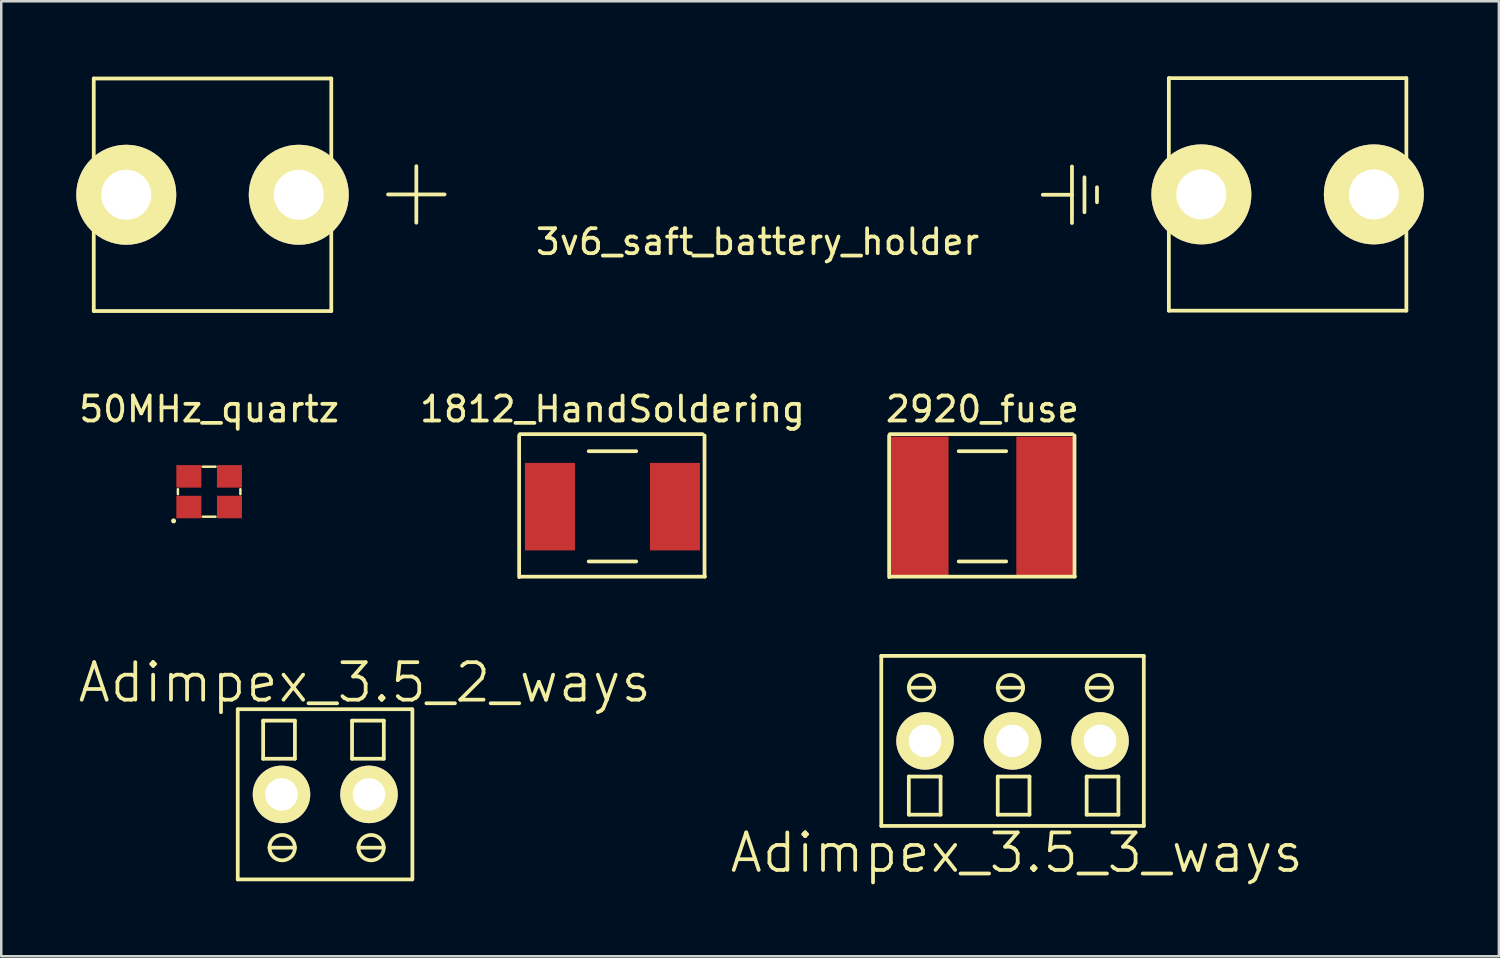
<source format=kicad_pcb>
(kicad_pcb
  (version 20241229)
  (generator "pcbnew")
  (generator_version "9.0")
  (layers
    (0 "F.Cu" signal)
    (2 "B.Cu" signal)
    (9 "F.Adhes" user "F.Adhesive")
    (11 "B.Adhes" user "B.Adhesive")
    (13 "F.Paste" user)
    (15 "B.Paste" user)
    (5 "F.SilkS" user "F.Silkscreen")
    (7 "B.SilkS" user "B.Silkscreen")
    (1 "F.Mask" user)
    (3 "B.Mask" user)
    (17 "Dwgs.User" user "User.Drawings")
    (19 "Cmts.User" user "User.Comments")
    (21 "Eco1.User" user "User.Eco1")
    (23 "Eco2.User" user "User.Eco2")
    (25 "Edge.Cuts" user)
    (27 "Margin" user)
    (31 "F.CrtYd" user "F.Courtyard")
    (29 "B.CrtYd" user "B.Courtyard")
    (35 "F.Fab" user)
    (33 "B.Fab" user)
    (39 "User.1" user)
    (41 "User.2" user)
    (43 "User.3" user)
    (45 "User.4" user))
  (footprint "1812_HandSoldering"
    (layer "F.Cu")
    (at 21.446 17.214)
    (property "Reference" "1812_HandSoldering" (at 0 -3.9 0) (layer "F.SilkS") (effects (font (size 1 1) (thickness 0.15))))
    (attr smd)
    (fp_line (start -3.732 -2.845) (end -3.732 2.819) (stroke (width 0.15) (type solid)) (layer "F.SilkS"))
    (fp_line (start -3.7 -2.9) (end 3.6 -2.9) (stroke (width 0.15) (type solid)) (layer "F.SilkS"))
    (fp_line (start -3.7 2.8) (end 3.7 2.8) (stroke (width 0.15) (type solid)) (layer "F.SilkS"))
    (fp_line (start -0.95 -2.218) (end 0.95 -2.218) (stroke (width 0.15) (type solid)) (layer "F.SilkS"))
    (fp_line (start 0.95 2.192) (end -0.95 2.192) (stroke (width 0.15) (type solid)) (layer "F.SilkS"))
    (fp_line (start 3.683 -2.845) (end 3.683 2.794) (stroke (width 0.15) (type solid)) (layer "F.SilkS"))
    (pad "1" smd rect (at -2.5 0) (size 2 3.5) (layers "F.Cu" "F.Mask" "F.Paste"))
    (pad "2" smd rect (at 2.5 0) (size 2 3.5) (layers "F.Cu" "F.Mask" "F.Paste")))
  (footprint "Adimpex_3.5_3_ways"
    (layer "F.Cu")
    (at 37.448 26.584)
    (property "Reference" "Adimpex_3.5_3_ways" (at 0.17 4.474 180) (layer "F.SilkS") (effects (font (size 1.5 1.5) (thickness 0.15))))
    (attr through_hole)
    (fp_line (start -5.25 -3.4) (end -5.25 3.4) (stroke (width 0.15) (type solid)) (layer "F.SilkS"))
    (fp_line (start -4.148 1.426) (end -4.148 2.95) (stroke (width 0.15) (type solid)) (layer "F.SilkS"))
    (fp_line (start -4.148 2.95) (end -2.878 2.95) (stroke (width 0.15) (type solid)) (layer "F.SilkS"))
    (fp_line (start -3.132 -2.13) (end -4.148 -2.13) (stroke (width 0.15) (type solid)) (layer "F.SilkS"))
    (fp_line (start -2.878 1.426) (end -4.148 1.426) (stroke (width 0.15) (type solid)) (layer "F.SilkS"))
    (fp_line (start -2.878 2.95) (end -2.878 1.426) (stroke (width 0.15) (type solid)) (layer "F.SilkS"))
    (fp_line (start -0.592 1.426) (end -0.592 2.95) (stroke (width 0.15) (type solid)) (layer "F.SilkS"))
    (fp_line (start -0.592 2.95) (end 0.678 2.95) (stroke (width 0.15) (type solid)) (layer "F.SilkS"))
    (fp_line (start 0.424 -2.13) (end -0.592 -2.13) (stroke (width 0.15) (type solid)) (layer "F.SilkS"))
    (fp_line (start 0.678 1.426) (end -0.592 1.426) (stroke (width 0.15) (type solid)) (layer "F.SilkS"))
    (fp_line (start 0.678 2.95) (end 0.678 1.426) (stroke (width 0.15) (type solid)) (layer "F.SilkS"))
    (fp_line (start 2.964 1.426) (end 2.964 2.95) (stroke (width 0.15) (type solid)) (layer "F.SilkS"))
    (fp_line (start 2.964 2.95) (end 4.234 2.95) (stroke (width 0.15) (type solid)) (layer "F.SilkS"))
    (fp_line (start 3.98 -2.13) (end 2.964 -2.13) (stroke (width 0.15) (type solid)) (layer "F.SilkS"))
    (fp_line (start 4.234 1.426) (end 2.964 1.426) (stroke (width 0.15) (type solid)) (layer "F.SilkS"))
    (fp_line (start 4.234 2.95) (end 4.234 1.426) (stroke (width 0.15) (type solid)) (layer "F.SilkS"))
    (fp_line (start 5.25 -3.4) (end -5.25 -3.4) (stroke (width 0.15) (type solid)) (layer "F.SilkS"))
    (fp_line (start 5.25 -3.4) (end 5.25 3.4) (stroke (width 0.15) (type solid)) (layer "F.SilkS"))
    (fp_line (start 5.25 3.4) (end -5.25 3.4) (stroke (width 0.15) (type solid)) (layer "F.SilkS"))
    (fp_circle (center -3.64 -2.13) (end -3.64 -1.622) (stroke (width 0.15) (type solid)) (fill no) (layer "F.SilkS"))
    (fp_circle (center -0.084 -2.13) (end -0.084 -1.622) (stroke (width 0.15) (type solid)) (fill no) (layer "F.SilkS"))
    (fp_circle (center 3.472 -2.13) (end 3.472 -1.622) (stroke (width 0.15) (type solid)) (fill no) (layer "F.SilkS"))
    (pad "1" thru_hole circle (at 3.5 0 180) (size 2.3 2.3) (drill 1.3) (layers "*.Cu" "*.Mask" "F.SilkS"))
    (pad "2" thru_hole circle (at 0 0 180) (size 2.3 2.3) (drill 1.3) (layers "*.Cu" "*.Mask" "F.SilkS"))
    (pad "3" thru_hole circle (at -3.5 0 180) (size 2.3 2.3) (drill 1.3) (layers "*.Cu" "*.Mask" "F.SilkS")))
  (footprint "2920_fuse"
    (layer "F.Cu")
    (at 36.244 17.214)
    (property "Reference" "2920_fuse" (at 0 -3.9 0) (layer "F.SilkS") (effects (font (size 1 1) (thickness 0.15))))
    (attr smd)
    (fp_line (start -3.732 -2.845) (end -3.732 2.819) (stroke (width 0.15) (type solid)) (layer "F.SilkS"))
    (fp_line (start -3.7 -2.9) (end 3.6 -2.9) (stroke (width 0.15) (type solid)) (layer "F.SilkS"))
    (fp_line (start -3.7 2.8) (end 3.7 2.8) (stroke (width 0.15) (type solid)) (layer "F.SilkS"))
    (fp_line (start -0.95 -2.218) (end 0.95 -2.218) (stroke (width 0.15) (type solid)) (layer "F.SilkS"))
    (fp_line (start 0.95 2.192) (end -0.95 2.192) (stroke (width 0.15) (type solid)) (layer "F.SilkS"))
    (fp_line (start 3.683 -2.845) (end 3.683 2.794) (stroke (width 0.15) (type solid)) (layer "F.SilkS"))
    (pad "1" smd rect (at -2.505 0) (size 2.3 5.6) (layers "F.Cu" "F.Mask" "F.Paste"))
    (pad "2" smd rect (at 2.505 0) (size 2.3 5.6) (layers "F.Cu" "F.Mask" "F.Paste")))
  (footprint "50MHz_quartz"
    (layer "F.Cu")
    (at 5.315 16.616)
    (property "Reference" "50MHz_quartz" (at 0 -3.302 0) (layer "F.SilkS") (effects (font (size 1 1) (thickness 0.15))))
    (attr through_hole)
    (fp_line (start -1.25 -0.1) (end -1.25 0.1) (stroke (width 0.1) (type solid)) (layer "F.SilkS"))
    (fp_line (start -0.254 -1) (end 0.254 -1) (stroke (width 0.1) (type solid)) (layer "F.SilkS"))
    (fp_line (start -0.254 1) (end 0.254 1) (stroke (width 0.1) (type solid)) (layer "F.SilkS"))
    (fp_line (start 1.25 -0.1) (end 1.25 0.1) (stroke (width 0.1) (type solid)) (layer "F.SilkS"))
    (fp_circle (center -1.422 1.168) (end -1.372 1.168) (stroke (width 0.1) (type solid)) (fill no) (layer "F.SilkS"))
    (pad "1" smd rect (at -0.812 0.613) (size 1 0.9) (layers "F.Cu" "F.Mask" "F.Paste"))
    (pad "2" smd rect (at 0.812 0.613) (size 1 0.9) (layers "F.Cu" "F.Mask" "F.Paste"))
    (pad "3" smd rect (at 0.812 -0.613) (size 1 0.9) (layers "F.Cu" "F.Mask" "F.Paste"))
    (pad "4" smd rect (at -0.812 -0.613) (size 1 0.9) (layers "F.Cu" "F.Mask" "F.Paste")))
  (footprint "Adimpex_3.5_2_ways"
    (layer "F.Cu")
    (at 9.959 28.723)
    (property "Reference" "Adimpex_3.5_2_ways" (at 1.58 -4.474 0) (layer "F.SilkS") (effects (font (size 1.5 1.5) (thickness 0.15))))
    (attr through_hole)
    (fp_line (start -3.5 -3.407) (end 3.46 -3.407) (stroke (width 0.15) (type solid)) (layer "F.SilkS"))
    (fp_line (start -3.5 3.4) (end -3.5 -3.4) (stroke (width 0.15) (type solid)) (layer "F.SilkS"))
    (fp_line (start -3.5 3.4) (end 3.46 3.4) (stroke (width 0.15) (type solid)) (layer "F.SilkS"))
    (fp_line (start -2.484 -2.95) (end -2.484 -1.426) (stroke (width 0.15) (type solid)) (layer "F.SilkS"))
    (fp_line (start -2.484 -1.426) (end -1.214 -1.426) (stroke (width 0.15) (type solid)) (layer "F.SilkS"))
    (fp_line (start -2.23 2.13) (end -1.214 2.13) (stroke (width 0.15) (type solid)) (layer "F.SilkS"))
    (fp_line (start -1.214 -2.95) (end -2.484 -2.95) (stroke (width 0.15) (type solid)) (layer "F.SilkS"))
    (fp_line (start -1.214 -1.426) (end -1.214 -2.95) (stroke (width 0.15) (type solid)) (layer "F.SilkS"))
    (fp_line (start 1.072 -2.95) (end 1.072 -1.426) (stroke (width 0.15) (type solid)) (layer "F.SilkS"))
    (fp_line (start 1.072 -1.426) (end 2.342 -1.426) (stroke (width 0.15) (type solid)) (layer "F.SilkS"))
    (fp_line (start 1.326 2.13) (end 2.342 2.13) (stroke (width 0.15) (type solid)) (layer "F.SilkS"))
    (fp_line (start 2.342 -2.95) (end 1.072 -2.95) (stroke (width 0.15) (type solid)) (layer "F.SilkS"))
    (fp_line (start 2.342 -1.426) (end 2.342 -2.95) (stroke (width 0.15) (type solid)) (layer "F.SilkS"))
    (fp_line (start 3.485 -3.407) (end 3.485 3.4) (stroke (width 0.15) (type solid)) (layer "F.SilkS"))
    (fp_circle (center -1.722 2.13) (end -1.722 1.622) (stroke (width 0.15) (type solid)) (fill no) (layer "F.SilkS"))
    (fp_circle (center 1.834 2.13) (end 1.834 1.622) (stroke (width 0.15) (type solid)) (fill no) (layer "F.SilkS"))
    (pad "1" thru_hole circle (at -1.75 0) (size 2.3 2.3) (drill 1.3) (layers "*.Cu" "*.Mask" "F.SilkS"))
    (pad "2" thru_hole circle (at 1.75 0) (size 2.3 2.3) (drill 1.3) (layers "*.Cu" "*.Mask" "F.SilkS")))
  (footprint "3v6_saft_battery_holder"
    (layer "F.Cu")
    (at 26.95 4.74)
    (property "Reference" "3v6_saft_battery_holder" (at 0.3 1.882 0) (layer "F.SilkS") (effects (font (size 1 1) (thickness 0.15))))
    (attr through_hole)
    (fp_line (start -26.25 -4.65) (end -26.25 4.65) (stroke (width 0.15) (type solid)) (layer "F.SilkS"))
    (fp_line (start -26.25 -4.65) (end -16.75 -4.65) (stroke (width 0.15) (type solid)) (layer "F.SilkS"))
    (fp_line (start -26.25 4.65) (end -16.75 4.651) (stroke (width 0.15) (type solid)) (layer "F.SilkS"))
    (fp_line (start -16.75 -4.65) (end -16.75 4.65) (stroke (width 0.15) (type solid)) (layer "F.SilkS"))
    (fp_line (start -14.479 -0.013) (end -12.218 -0.013) (stroke (width 0.15) (type solid)) (layer "F.SilkS"))
    (fp_line (start -13.348 -1.143) (end -13.348 1.118) (stroke (width 0.15) (type solid)) (layer "F.SilkS"))
    (fp_line (start 11.707 0) (end 12.875 0) (stroke (width 0.15) (type solid)) (layer "F.SilkS"))
    (fp_line (start 12.875 -1.131) (end 12.875 1.131) (stroke (width 0.15) (type solid)) (layer "F.SilkS"))
    (fp_line (start 13.375 -0.7) (end 13.375 0.7) (stroke (width 0.15) (type solid)) (layer "F.SilkS"))
    (fp_line (start 13.875 -0.3) (end 13.875 0.3) (stroke (width 0.15) (type solid)) (layer "F.SilkS"))
    (fp_line (start 16.75 -4.665) (end 16.75 4.635) (stroke (width 0.15) (type solid)) (layer "F.SilkS"))
    (fp_line (start 16.75 -4.665) (end 26.25 -4.665) (stroke (width 0.15) (type solid)) (layer "F.SilkS"))
    (fp_line (start 16.75 4.635) (end 26.25 4.636) (stroke (width 0.15) (type solid)) (layer "F.SilkS"))
    (fp_line (start 26.25 -4.665) (end 26.25 4.635) (stroke (width 0.15) (type solid)) (layer "F.SilkS"))
    (pad "1" thru_hole circle (at 18.05 -0.015) (size 4 4) (drill 2) (layers "*.Cu" "*.Mask" "F.SilkS"))
    (pad "1" thru_hole circle (at 24.95 -0.015) (size 4 4) (drill 2) (layers "*.Cu" "*.Mask" "F.SilkS"))
    (pad "2" thru_hole circle (at -24.95 0) (size 4 4) (drill 2) (layers "*.Cu" "*.Mask" "F.SilkS"))
    (pad "2" thru_hole circle (at -18.05 0) (size 4 4) (drill 2) (layers "*.Cu" "*.Mask" "F.SilkS")))
  (gr_rect
    (start -3 -3)
    (end 56.9 35.198)
    (stroke (width 0.1) (type default))
    (fill no)
    (layer "Edge.Cuts")))
</source>
